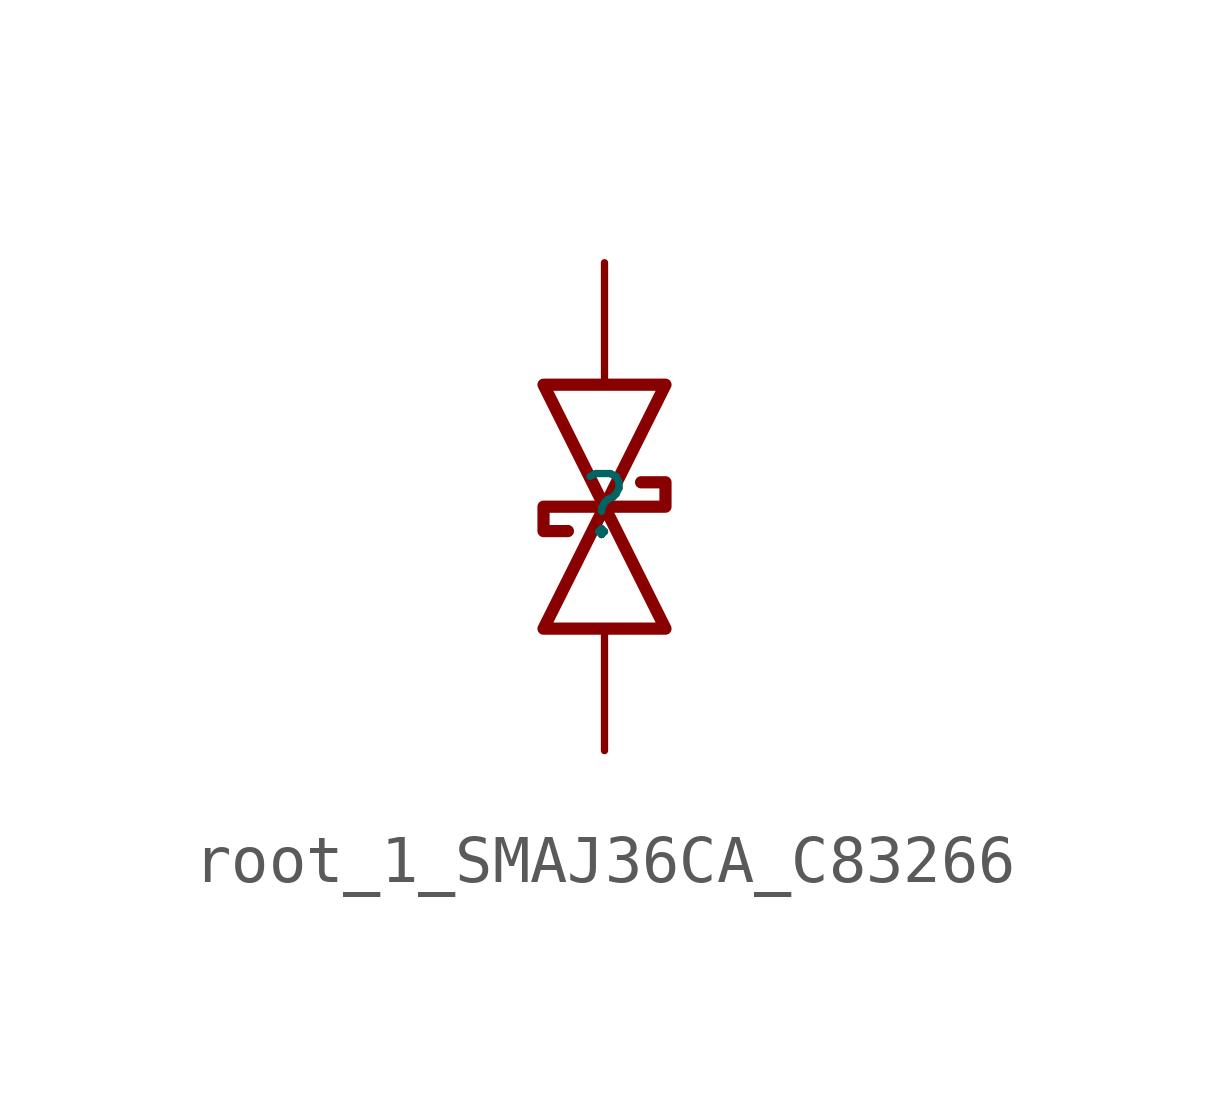
<source format=kicad_sym>
(kicad_symbol_lib
  (version 20231120)
  (generator "kicad_symbol_editor")
  (generator_version "8.0")
  (symbol "root_1_SMAJ36CA_C83266"
    (property "Reference" ""
      (at 0 0 0)
      (effects (font (size 1.27 1.27))))
    (property "Value" ""
      (at 0 0 0)
      (effects (font (size 1.27 1.27))))
    (symbol "root_1_SMAJ36CA_C83266_1_0"
      (polyline (pts (xy -1.27 2.54) (xy 0 0) (xy 0 0) (xy 1.27 2.54) (xy 1.27 2.54) (xy -1.27 2.54)) (stroke (width 0.254) (type solid) (color 136 0 0 1)) (fill (type none)))
      (polyline (pts (xy 1.27 -2.54) (xy 0 0) (xy 0 0) (xy -1.27 -2.54) (xy -1.27 -2.54) (xy 1.27 -2.54)) (stroke (width 0.254) (type solid) (color 136 0 0 1)) (fill (type none)))
      (polyline (pts (xy -0.762 -0.508) (xy -1.27 -0.508) (xy -1.27 -0.508) (xy -1.27 0) (xy -1.27 0) (xy 1.27 0) (xy 1.27 0) (xy 1.27 0.508) (xy 1.27 0.508) (xy 0.762 0.508)) (stroke (width 0.254) (type solid) (color 136 0 0 1)) (fill (type none)))
      (pin passive line (at 0 -5.08 90) (length 2.54) (name "K" (effects (font (size 0 0)))) (number "1" (effects (font (size 0 0)))))
      (pin passive line (at 0 5.08 270) (length 2.54) (name "A" (effects (font (size 0 0)))) (number "2" (effects (font (size 0 0))))))))
</source>
